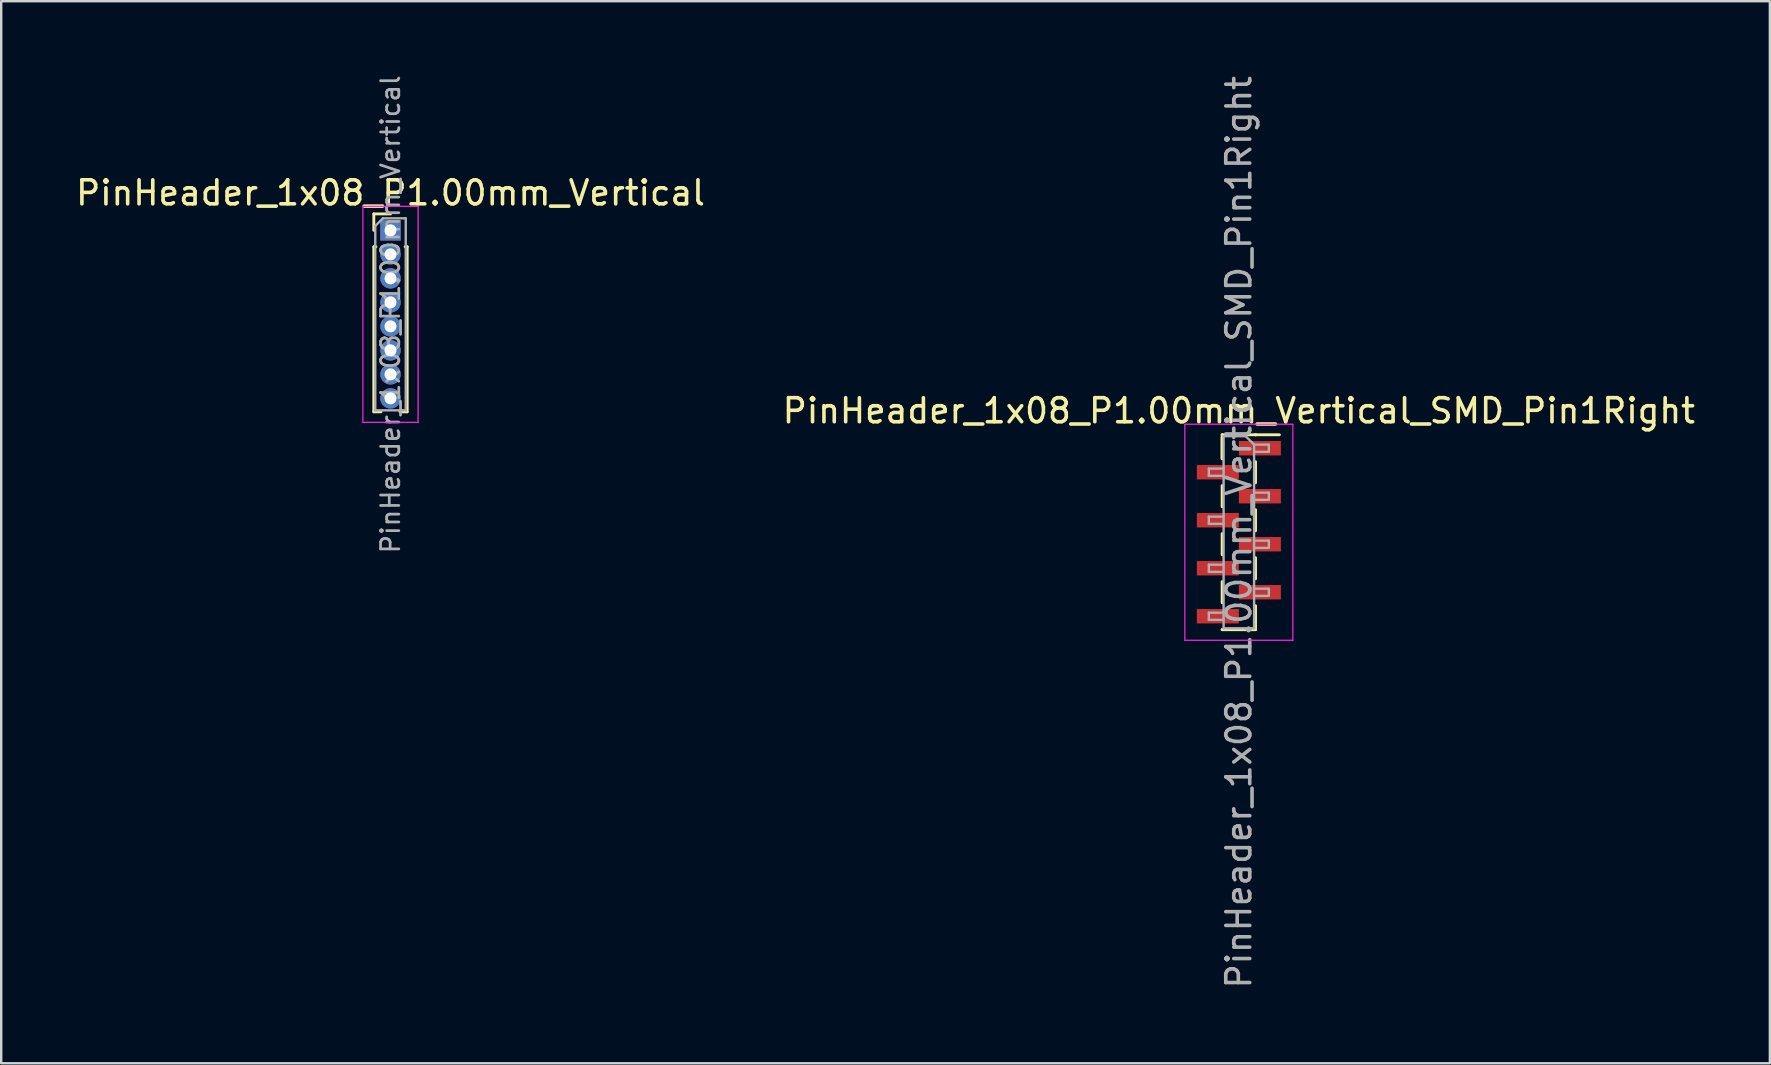
<source format=kicad_pcb>
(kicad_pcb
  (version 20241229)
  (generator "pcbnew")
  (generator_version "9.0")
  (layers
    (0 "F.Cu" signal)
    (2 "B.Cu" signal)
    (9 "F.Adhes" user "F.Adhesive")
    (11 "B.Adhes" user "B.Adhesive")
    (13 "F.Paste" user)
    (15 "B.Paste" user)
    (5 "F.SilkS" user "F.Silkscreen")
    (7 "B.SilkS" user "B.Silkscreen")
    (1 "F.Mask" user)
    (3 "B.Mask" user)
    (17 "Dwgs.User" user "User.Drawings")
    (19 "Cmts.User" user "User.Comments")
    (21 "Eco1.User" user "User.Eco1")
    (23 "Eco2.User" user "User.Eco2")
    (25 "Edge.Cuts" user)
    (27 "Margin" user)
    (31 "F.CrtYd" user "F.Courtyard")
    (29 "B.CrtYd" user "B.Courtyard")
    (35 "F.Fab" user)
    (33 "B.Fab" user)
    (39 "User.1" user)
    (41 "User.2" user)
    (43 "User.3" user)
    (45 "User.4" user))
  (footprint "PinHeader_1x08_P1.00mm_Vertical"
    (layer "F.Cu")
    (at 13.22 6.547)
    (property "Reference" "PinHeader_1x08_P1.00mm_Vertical" (at 0 -1.56 0) (layer "F.SilkS") (effects (font (size 1 1) (thickness 0.15))))
    (attr through_hole)
    (fp_line (start -0.695 -0.685) (end 0 -0.685) (stroke (width 0.12) (type solid)) (layer "F.SilkS"))
    (fp_line (start -0.695 0) (end -0.695 -0.685) (stroke (width 0.12) (type solid)) (layer "F.SilkS"))
    (fp_line (start -0.695 0.685) (end -0.695 7.56) (stroke (width 0.12) (type solid)) (layer "F.SilkS"))
    (fp_line (start -0.695 0.685) (end -0.608 0.685) (stroke (width 0.12) (type solid)) (layer "F.SilkS"))
    (fp_line (start -0.695 7.56) (end -0.394 7.56) (stroke (width 0.12) (type solid)) (layer "F.SilkS"))
    (fp_line (start 0.394 7.56) (end 0.695 7.56) (stroke (width 0.12) (type solid)) (layer "F.SilkS"))
    (fp_line (start 0.608 0.685) (end 0.695 0.685) (stroke (width 0.12) (type solid)) (layer "F.SilkS"))
    (fp_line (start 0.695 0.685) (end 0.695 7.56) (stroke (width 0.12) (type solid)) (layer "F.SilkS"))
    (fp_line (start -1.15 -1) (end -1.15 8) (stroke (width 0.05) (type solid)) (layer "F.CrtYd"))
    (fp_line (start -1.15 8) (end 1.15 8) (stroke (width 0.05) (type solid)) (layer "F.CrtYd"))
    (fp_line (start 1.15 -1) (end -1.15 -1) (stroke (width 0.05) (type solid)) (layer "F.CrtYd"))
    (fp_line (start 1.15 8) (end 1.15 -1) (stroke (width 0.05) (type solid)) (layer "F.CrtYd"))
    (fp_line (start -0.635 -0.182) (end -0.318 -0.5) (stroke (width 0.1) (type solid)) (layer "F.Fab"))
    (fp_line (start -0.635 7.5) (end -0.635 -0.182) (stroke (width 0.1) (type solid)) (layer "F.Fab"))
    (fp_line (start -0.318 -0.5) (end 0.635 -0.5) (stroke (width 0.1) (type solid)) (layer "F.Fab"))
    (fp_line (start 0.635 -0.5) (end 0.635 7.5) (stroke (width 0.1) (type solid)) (layer "F.Fab"))
    (fp_line (start 0.635 7.5) (end -0.635 7.5) (stroke (width 0.1) (type solid)) (layer "F.Fab"))
    (fp_text user "${REFERENCE}" (at 0 3.5 90) (layer "F.Fab") (effects (font (size 0.76 0.76) (thickness 0.114))))
    (pad "1" thru_hole rect (at 0 0) (size 0.85 0.85) (drill 0.5) (layers "*.Cu" "*.Mask"))
    (pad "2" thru_hole oval (at 0 1) (size 0.85 0.85) (drill 0.5) (layers "*.Cu" "*.Mask"))
    (pad "3" thru_hole oval (at 0 2) (size 0.85 0.85) (drill 0.5) (layers "*.Cu" "*.Mask"))
    (pad "4" thru_hole oval (at 0 3) (size 0.85 0.85) (drill 0.5) (layers "*.Cu" "*.Mask"))
    (pad "5" thru_hole oval (at 0 4) (size 0.85 0.85) (drill 0.5) (layers "*.Cu" "*.Mask"))
    (pad "6" thru_hole oval (at 0 5) (size 0.85 0.85) (drill 0.5) (layers "*.Cu" "*.Mask"))
    (pad "7" thru_hole oval (at 0 6) (size 0.85 0.85) (drill 0.5) (layers "*.Cu" "*.Mask"))
    (pad "8" thru_hole oval (at 0 7) (size 0.85 0.85) (drill 0.5) (layers "*.Cu" "*.Mask")))
  (footprint "PinHeader_1x08_P1.00mm_Vertical_SMD_Pin1Right"
    (layer "F.Cu")
    (at 48.565 19.125)
    (property "Reference" "PinHeader_1x08_P1.00mm_Vertical_SMD_Pin1Right" (at 0 -5.06 0) (layer "F.SilkS") (effects (font (size 1 1) (thickness 0.15))))
    (attr smd)
    (fp_line (start -0.695 -4.06) (end -0.695 -3.06) (stroke (width 0.12) (type solid)) (layer "F.SilkS"))
    (fp_line (start -0.695 -4.06) (end 0.695 -4.06) (stroke (width 0.12) (type solid)) (layer "F.SilkS"))
    (fp_line (start -0.695 -3.94) (end -0.695 -3.06) (stroke (width 0.12) (type solid)) (layer "F.SilkS"))
    (fp_line (start -0.695 -1.94) (end -0.695 -1.06) (stroke (width 0.12) (type solid)) (layer "F.SilkS"))
    (fp_line (start -0.695 0.06) (end -0.695 0.94) (stroke (width 0.12) (type solid)) (layer "F.SilkS"))
    (fp_line (start -0.695 2.06) (end -0.695 2.94) (stroke (width 0.12) (type solid)) (layer "F.SilkS"))
    (fp_line (start -0.695 4.06) (end -0.695 4.06) (stroke (width 0.12) (type solid)) (layer "F.SilkS"))
    (fp_line (start -0.695 4.06) (end 0.695 4.06) (stroke (width 0.12) (type solid)) (layer "F.SilkS"))
    (fp_line (start 0.695 -4.06) (end 0.695 -4.06) (stroke (width 0.12) (type solid)) (layer "F.SilkS"))
    (fp_line (start 0.695 -4.06) (end 1.69 -4.06) (stroke (width 0.12) (type solid)) (layer "F.SilkS"))
    (fp_line (start 0.695 -2.94) (end 0.695 -2.06) (stroke (width 0.12) (type solid)) (layer "F.SilkS"))
    (fp_line (start 0.695 -0.94) (end 0.695 -0.06) (stroke (width 0.12) (type solid)) (layer "F.SilkS"))
    (fp_line (start 0.695 1.06) (end 0.695 1.94) (stroke (width 0.12) (type solid)) (layer "F.SilkS"))
    (fp_line (start 0.695 3.06) (end 0.695 4.06) (stroke (width 0.12) (type solid)) (layer "F.SilkS"))
    (fp_line (start -2.25 -4.5) (end -2.25 4.5) (stroke (width 0.05) (type solid)) (layer "F.CrtYd"))
    (fp_line (start -2.25 4.5) (end 2.25 4.5) (stroke (width 0.05) (type solid)) (layer "F.CrtYd"))
    (fp_line (start 2.25 -4.5) (end -2.25 -4.5) (stroke (width 0.05) (type solid)) (layer "F.CrtYd"))
    (fp_line (start 2.25 4.5) (end 2.25 -4.5) (stroke (width 0.05) (type solid)) (layer "F.CrtYd"))
    (fp_line (start -1.25 -2.65) (end -1.25 -2.35) (stroke (width 0.1) (type solid)) (layer "F.Fab"))
    (fp_line (start -1.25 -2.35) (end -0.635 -2.35) (stroke (width 0.1) (type solid)) (layer "F.Fab"))
    (fp_line (start -1.25 -0.65) (end -1.25 -0.35) (stroke (width 0.1) (type solid)) (layer "F.Fab"))
    (fp_line (start -1.25 -0.35) (end -0.635 -0.35) (stroke (width 0.1) (type solid)) (layer "F.Fab"))
    (fp_line (start -1.25 1.35) (end -1.25 1.65) (stroke (width 0.1) (type solid)) (layer "F.Fab"))
    (fp_line (start -1.25 1.65) (end -0.635 1.65) (stroke (width 0.1) (type solid)) (layer "F.Fab"))
    (fp_line (start -1.25 3.35) (end -1.25 3.65) (stroke (width 0.1) (type solid)) (layer "F.Fab"))
    (fp_line (start -1.25 3.65) (end -0.635 3.65) (stroke (width 0.1) (type solid)) (layer "F.Fab"))
    (fp_line (start -0.635 -4) (end -0.635 4) (stroke (width 0.1) (type solid)) (layer "F.Fab"))
    (fp_line (start -0.635 -4) (end 0.285 -4) (stroke (width 0.1) (type solid)) (layer "F.Fab"))
    (fp_line (start -0.635 -2.65) (end -1.25 -2.65) (stroke (width 0.1) (type solid)) (layer "F.Fab"))
    (fp_line (start -0.635 -0.65) (end -1.25 -0.65) (stroke (width 0.1) (type solid)) (layer "F.Fab"))
    (fp_line (start -0.635 1.35) (end -1.25 1.35) (stroke (width 0.1) (type solid)) (layer "F.Fab"))
    (fp_line (start -0.635 3.35) (end -1.25 3.35) (stroke (width 0.1) (type solid)) (layer "F.Fab"))
    (fp_line (start 0.635 -3.65) (end 0.285 -4) (stroke (width 0.1) (type solid)) (layer "F.Fab"))
    (fp_line (start 0.635 -3.65) (end 1.25 -3.65) (stroke (width 0.1) (type solid)) (layer "F.Fab"))
    (fp_line (start 0.635 -1.65) (end 1.25 -1.65) (stroke (width 0.1) (type solid)) (layer "F.Fab"))
    (fp_line (start 0.635 0.35) (end 1.25 0.35) (stroke (width 0.1) (type solid)) (layer "F.Fab"))
    (fp_line (start 0.635 2.35) (end 1.25 2.35) (stroke (width 0.1) (type solid)) (layer "F.Fab"))
    (fp_line (start 0.635 4) (end -0.635 4) (stroke (width 0.1) (type solid)) (layer "F.Fab"))
    (fp_line (start 0.635 4) (end 0.635 -3.65) (stroke (width 0.1) (type solid)) (layer "F.Fab"))
    (fp_line (start 1.25 -3.65) (end 1.25 -3.35) (stroke (width 0.1) (type solid)) (layer "F.Fab"))
    (fp_line (start 1.25 -3.35) (end 0.635 -3.35) (stroke (width 0.1) (type solid)) (layer "F.Fab"))
    (fp_line (start 1.25 -1.65) (end 1.25 -1.35) (stroke (width 0.1) (type solid)) (layer "F.Fab"))
    (fp_line (start 1.25 -1.35) (end 0.635 -1.35) (stroke (width 0.1) (type solid)) (layer "F.Fab"))
    (fp_line (start 1.25 0.35) (end 1.25 0.65) (stroke (width 0.1) (type solid)) (layer "F.Fab"))
    (fp_line (start 1.25 0.65) (end 0.635 0.65) (stroke (width 0.1) (type solid)) (layer "F.Fab"))
    (fp_line (start 1.25 2.35) (end 1.25 2.65) (stroke (width 0.1) (type solid)) (layer "F.Fab"))
    (fp_line (start 1.25 2.65) (end 0.635 2.65) (stroke (width 0.1) (type solid)) (layer "F.Fab"))
    (fp_text user "${REFERENCE}" (at 0 0 90) (layer "F.Fab") (effects (font (size 1 1) (thickness 0.15))))
    (pad "1" smd rect (at 0.875 -3.5) (size 1.75 0.6) (layers "F.Cu" "F.Mask" "F.Paste"))
    (pad "2" smd rect (at -0.875 -2.5) (size 1.75 0.6) (layers "F.Cu" "F.Mask" "F.Paste"))
    (pad "3" smd rect (at 0.875 -1.5) (size 1.75 0.6) (layers "F.Cu" "F.Mask" "F.Paste"))
    (pad "4" smd rect (at -0.875 -0.5) (size 1.75 0.6) (layers "F.Cu" "F.Mask" "F.Paste"))
    (pad "5" smd rect (at 0.875 0.5) (size 1.75 0.6) (layers "F.Cu" "F.Mask" "F.Paste"))
    (pad "6" smd rect (at -0.875 1.5) (size 1.75 0.6) (layers "F.Cu" "F.Mask" "F.Paste"))
    (pad "7" smd rect (at 0.875 2.5) (size 1.75 0.6) (layers "F.Cu" "F.Mask" "F.Paste"))
    (pad "8" smd rect (at -0.875 3.5) (size 1.75 0.6) (layers "F.Cu" "F.Mask" "F.Paste")))
  (gr_rect
    (start -3 -3)
    (end 70.69 41.25)
    (stroke (width 0.1) (type default))
    (fill no)
    (layer "Edge.Cuts")))
</source>
